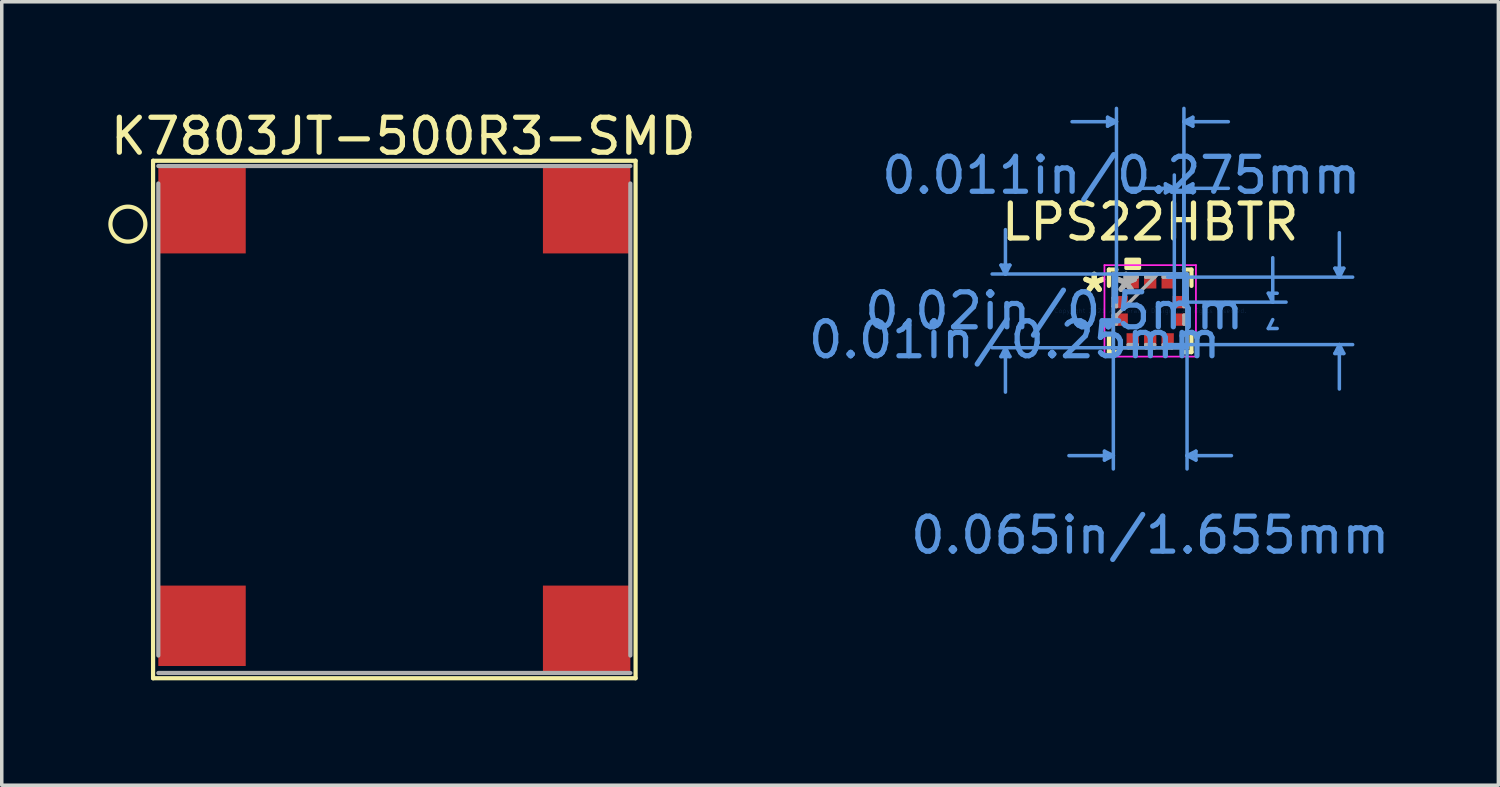
<source format=kicad_pcb>
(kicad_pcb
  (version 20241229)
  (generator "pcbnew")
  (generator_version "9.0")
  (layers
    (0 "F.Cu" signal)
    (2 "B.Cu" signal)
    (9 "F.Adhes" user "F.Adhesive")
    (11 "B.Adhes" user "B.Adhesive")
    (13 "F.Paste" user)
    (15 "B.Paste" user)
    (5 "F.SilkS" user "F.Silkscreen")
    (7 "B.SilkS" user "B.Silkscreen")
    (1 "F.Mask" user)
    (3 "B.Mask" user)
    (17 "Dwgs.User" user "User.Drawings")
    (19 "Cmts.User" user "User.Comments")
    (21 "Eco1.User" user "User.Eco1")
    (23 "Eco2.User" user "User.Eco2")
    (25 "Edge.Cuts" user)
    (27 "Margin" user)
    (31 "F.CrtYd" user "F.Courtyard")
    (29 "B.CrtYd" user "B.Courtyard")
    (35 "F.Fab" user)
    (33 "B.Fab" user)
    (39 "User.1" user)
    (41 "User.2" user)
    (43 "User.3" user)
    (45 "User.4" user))
  (footprint "LPS22HBTR"
    (layer "F.Cu")
    (at 29.846 5.841)
    (property "Reference" "LPS22HBTR" (at 0 -2.54 0) (layer "F.SilkS") (effects (font (size 1 1) (thickness 0.15))))
    (attr through_hole)
    (fp_line (start -1.181 -1.181) (end -1.181 -0.715) (stroke (width 0.12) (type solid)) (layer "F.SilkS"))
    (fp_line (start -1.181 0.715) (end -1.181 1.181) (stroke (width 0.12) (type solid)) (layer "F.SilkS"))
    (fp_line (start -1.181 1.181) (end -0.965 1.181) (stroke (width 0.12) (type solid)) (layer "F.SilkS"))
    (fp_line (start -0.965 -1.181) (end -1.181 -1.181) (stroke (width 0.12) (type solid)) (layer "F.SilkS"))
    (fp_line (start 0.965 1.181) (end 1.181 1.181) (stroke (width 0.12) (type solid)) (layer "F.SilkS"))
    (fp_line (start 1.181 -1.181) (end 0.965 -1.181) (stroke (width 0.12) (type solid)) (layer "F.SilkS"))
    (fp_line (start 1.181 -0.715) (end 1.181 -1.181) (stroke (width 0.12) (type solid)) (layer "F.SilkS"))
    (fp_line (start 1.181 1.181) (end 1.181 0.715) (stroke (width 0.12) (type solid)) (layer "F.SilkS"))
    (fp_poly (pts (xy -0.69 -1.219) (xy -0.69 -1.473) (xy -0.309 -1.473) (xy -0.309 -1.219)) (stroke (width 0.1) (type solid)) (fill yes) (layer "F.SilkS"))
    (fp_line (start -4.267 -1.308) (end -4.013 -1.308) (stroke (width 0.1) (type solid)) (layer "Cmts.User"))
    (fp_line (start -4.267 1.308) (end -4.013 1.308) (stroke (width 0.1) (type solid)) (layer "Cmts.User"))
    (fp_line (start -4.14 -1.054) (end -4.267 -1.308) (stroke (width 0.1) (type solid)) (layer "Cmts.User"))
    (fp_line (start -4.14 -1.054) (end -4.14 -2.324) (stroke (width 0.1) (type solid)) (layer "Cmts.User"))
    (fp_line (start -4.14 -1.054) (end -4.013 -1.308) (stroke (width 0.1) (type solid)) (layer "Cmts.User"))
    (fp_line (start -4.14 1.054) (end -4.267 1.308) (stroke (width 0.1) (type solid)) (layer "Cmts.User"))
    (fp_line (start -4.14 1.054) (end -4.14 2.324) (stroke (width 0.1) (type solid)) (layer "Cmts.User"))
    (fp_line (start -4.14 1.054) (end -4.013 1.308) (stroke (width 0.1) (type solid)) (layer "Cmts.User"))
    (fp_line (start -1.308 4.013) (end -1.308 4.267) (stroke (width 0.1) (type solid)) (layer "Cmts.User"))
    (fp_line (start -1.219 -5.537) (end -1.219 -5.283) (stroke (width 0.1) (type solid)) (layer "Cmts.User"))
    (fp_line (start -1.054 -1.054) (end -1.054 4.521) (stroke (width 0.1) (type solid)) (layer "Cmts.User"))
    (fp_line (start -1.054 4.14) (end -2.324 4.14) (stroke (width 0.1) (type solid)) (layer "Cmts.User"))
    (fp_line (start -1.054 4.14) (end -1.308 4.013) (stroke (width 0.1) (type solid)) (layer "Cmts.User"))
    (fp_line (start -1.054 4.14) (end -1.308 4.267) (stroke (width 0.1) (type solid)) (layer "Cmts.User"))
    (fp_line (start -0.965 -5.41) (end -2.235 -5.41) (stroke (width 0.1) (type solid)) (layer "Cmts.User"))
    (fp_line (start -0.965 -5.41) (end -1.219 -5.537) (stroke (width 0.1) (type solid)) (layer "Cmts.User"))
    (fp_line (start -0.965 -5.41) (end -1.219 -5.283) (stroke (width 0.1) (type solid)) (layer "Cmts.User"))
    (fp_line (start -0.965 -0.25) (end -0.965 -5.791) (stroke (width 0.1) (type solid)) (layer "Cmts.User"))
    (fp_line (start 0.436 -3.632) (end 0.436 -3.378) (stroke (width 0.1) (type solid)) (layer "Cmts.User"))
    (fp_line (start 0.5 -0.965) (end 5.791 -0.965) (stroke (width 0.1) (type solid)) (layer "Cmts.User"))
    (fp_line (start 0.5 0.965) (end 5.791 0.965) (stroke (width 0.1) (type solid)) (layer "Cmts.User"))
    (fp_line (start 0.69 -3.505) (end -0.58 -3.505) (stroke (width 0.1) (type solid)) (layer "Cmts.User"))
    (fp_line (start 0.69 -3.505) (end 0.436 -3.632) (stroke (width 0.1) (type solid)) (layer "Cmts.User"))
    (fp_line (start 0.69 -3.505) (end 0.436 -3.378) (stroke (width 0.1) (type solid)) (layer "Cmts.User"))
    (fp_line (start 0.69 -0.25) (end 0.69 -3.886) (stroke (width 0.1) (type solid)) (layer "Cmts.User"))
    (fp_line (start 0.828 -0.25) (end 3.886 -0.25) (stroke (width 0.1) (type solid)) (layer "Cmts.User"))
    (fp_line (start 0.965 -5.41) (end 1.219 -5.537) (stroke (width 0.1) (type solid)) (layer "Cmts.User"))
    (fp_line (start 0.965 -5.41) (end 1.219 -5.283) (stroke (width 0.1) (type solid)) (layer "Cmts.User"))
    (fp_line (start 0.965 -5.41) (end 2.235 -5.41) (stroke (width 0.1) (type solid)) (layer "Cmts.User"))
    (fp_line (start 0.965 -3.505) (end 1.219 -3.632) (stroke (width 0.1) (type solid)) (layer "Cmts.User"))
    (fp_line (start 0.965 -3.505) (end 1.219 -3.378) (stroke (width 0.1) (type solid)) (layer "Cmts.User"))
    (fp_line (start 0.965 -3.505) (end 2.235 -3.505) (stroke (width 0.1) (type solid)) (layer "Cmts.User"))
    (fp_line (start 0.965 -0.25) (end 0.965 -5.791) (stroke (width 0.1) (type solid)) (layer "Cmts.User"))
    (fp_line (start 0.965 -0.25) (end 0.965 -3.886) (stroke (width 0.1) (type solid)) (layer "Cmts.User"))
    (fp_line (start 1.054 -1.054) (end -4.521 -1.054) (stroke (width 0.1) (type solid)) (layer "Cmts.User"))
    (fp_line (start 1.054 -1.054) (end 1.054 4.521) (stroke (width 0.1) (type solid)) (layer "Cmts.User"))
    (fp_line (start 1.054 1.054) (end -4.521 1.054) (stroke (width 0.1) (type solid)) (layer "Cmts.User"))
    (fp_line (start 1.054 4.14) (end 1.308 4.013) (stroke (width 0.1) (type solid)) (layer "Cmts.User"))
    (fp_line (start 1.054 4.14) (end 1.308 4.267) (stroke (width 0.1) (type solid)) (layer "Cmts.User"))
    (fp_line (start 1.054 4.14) (end 2.324 4.14) (stroke (width 0.1) (type solid)) (layer "Cmts.User"))
    (fp_line (start 1.219 -5.537) (end 1.219 -5.283) (stroke (width 0.1) (type solid)) (layer "Cmts.User"))
    (fp_line (start 1.219 -3.632) (end 1.219 -3.378) (stroke (width 0.1) (type solid)) (layer "Cmts.User"))
    (fp_line (start 1.308 4.013) (end 1.308 4.267) (stroke (width 0.1) (type solid)) (layer "Cmts.User"))
    (fp_line (start 3.378 -0.504) (end 3.632 -0.504) (stroke (width 0.1) (type solid)) (layer "Cmts.User"))
    (fp_line (start 3.378 0.504) (end 3.632 0.504) (stroke (width 0.1) (type solid)) (layer "Cmts.User"))
    (fp_line (start 3.505 -0.25) (end 3.378 -0.504) (stroke (width 0.1) (type solid)) (layer "Cmts.User"))
    (fp_line (start 3.505 -0.25) (end 3.505 -1.52) (stroke (width 0.1) (type solid)) (layer "Cmts.User"))
    (fp_line (start 3.505 0.25) (end 3.378 0.504) (stroke (width 0.1) (type solid)) (layer "Cmts.User"))
    (fp_line (start 5.283 -1.219) (end 5.537 -1.219) (stroke (width 0.1) (type solid)) (layer "Cmts.User"))
    (fp_line (start 5.283 1.219) (end 5.537 1.219) (stroke (width 0.1) (type solid)) (layer "Cmts.User"))
    (fp_line (start 5.41 -0.965) (end 5.283 -1.219) (stroke (width 0.1) (type solid)) (layer "Cmts.User"))
    (fp_line (start 5.41 -0.965) (end 5.41 -2.235) (stroke (width 0.1) (type solid)) (layer "Cmts.User"))
    (fp_line (start 5.41 -0.965) (end 5.537 -1.219) (stroke (width 0.1) (type solid)) (layer "Cmts.User"))
    (fp_line (start 5.41 0.965) (end 5.283 1.219) (stroke (width 0.1) (type solid)) (layer "Cmts.User"))
    (fp_line (start 5.41 0.965) (end 5.41 2.235) (stroke (width 0.1) (type solid)) (layer "Cmts.User"))
    (fp_line (start 5.41 0.965) (end 5.537 1.219) (stroke (width 0.1) (type solid)) (layer "Cmts.User"))
    (fp_line (start -1.308 -1.308) (end -1.308 1.308) (stroke (width 0.05) (type solid)) (layer "F.CrtYd"))
    (fp_line (start 1.308 -1.308) (end -1.308 -1.308) (stroke (width 0.05) (type solid)) (layer "F.CrtYd"))
    (fp_line (start 1.308 -1.308) (end 1.308 1.308) (stroke (width 0.05) (type solid)) (layer "F.CrtYd"))
    (fp_line (start 1.308 1.308) (end -1.308 1.308) (stroke (width 0.05) (type solid)) (layer "F.CrtYd"))
    (fp_line (start -1.054 -1.054) (end -1.054 -1.054) (stroke (width 0.1) (type solid)) (layer "F.Fab"))
    (fp_line (start -1.054 -1.054) (end -1.054 1.054) (stroke (width 0.1) (type solid)) (layer "F.Fab"))
    (fp_line (start -1.054 -0.375) (end -0.965 -0.375) (stroke (width 0.1) (type solid)) (layer "F.Fab"))
    (fp_line (start -1.054 -0.125) (end -1.054 -0.375) (stroke (width 0.1) (type solid)) (layer "F.Fab"))
    (fp_line (start -1.054 0.125) (end -0.965 0.125) (stroke (width 0.1) (type solid)) (layer "F.Fab"))
    (fp_line (start -1.054 0.216) (end 0.216 -1.054) (stroke (width 0.1) (type solid)) (layer "F.Fab"))
    (fp_line (start -1.054 0.375) (end -1.054 0.125) (stroke (width 0.1) (type solid)) (layer "F.Fab"))
    (fp_line (start -1.054 1.054) (end -1.054 1.054) (stroke (width 0.1) (type solid)) (layer "F.Fab"))
    (fp_line (start -1.054 1.054) (end 1.054 1.054) (stroke (width 0.1) (type solid)) (layer "F.Fab"))
    (fp_line (start -0.965 -0.375) (end -0.965 -0.125) (stroke (width 0.1) (type solid)) (layer "F.Fab"))
    (fp_line (start -0.965 -0.125) (end -1.054 -0.125) (stroke (width 0.1) (type solid)) (layer "F.Fab"))
    (fp_line (start -0.965 0.125) (end -0.965 0.375) (stroke (width 0.1) (type solid)) (layer "F.Fab"))
    (fp_line (start -0.965 0.375) (end -1.054 0.375) (stroke (width 0.1) (type solid)) (layer "F.Fab"))
    (fp_line (start -0.625 -1.054) (end -0.375 -1.054) (stroke (width 0.1) (type solid)) (layer "F.Fab"))
    (fp_line (start -0.625 -0.965) (end -0.625 -1.054) (stroke (width 0.1) (type solid)) (layer "F.Fab"))
    (fp_line (start -0.625 0.965) (end -0.375 0.965) (stroke (width 0.1) (type solid)) (layer "F.Fab"))
    (fp_line (start -0.625 1.054) (end -0.625 0.965) (stroke (width 0.1) (type solid)) (layer "F.Fab"))
    (fp_line (start -0.375 -1.054) (end -0.375 -0.965) (stroke (width 0.1) (type solid)) (layer "F.Fab"))
    (fp_line (start -0.375 -0.965) (end -0.625 -0.965) (stroke (width 0.1) (type solid)) (layer "F.Fab"))
    (fp_line (start -0.375 0.965) (end -0.375 1.054) (stroke (width 0.1) (type solid)) (layer "F.Fab"))
    (fp_line (start -0.375 1.054) (end -0.625 1.054) (stroke (width 0.1) (type solid)) (layer "F.Fab"))
    (fp_line (start -0.125 -1.054) (end 0.125 -1.054) (stroke (width 0.1) (type solid)) (layer "F.Fab"))
    (fp_line (start -0.125 -0.965) (end -0.125 -1.054) (stroke (width 0.1) (type solid)) (layer "F.Fab"))
    (fp_line (start -0.125 0.965) (end 0.125 0.965) (stroke (width 0.1) (type solid)) (layer "F.Fab"))
    (fp_line (start -0.125 1.054) (end -0.125 0.965) (stroke (width 0.1) (type solid)) (layer "F.Fab"))
    (fp_line (start 0.125 -1.054) (end 0.125 -0.965) (stroke (width 0.1) (type solid)) (layer "F.Fab"))
    (fp_line (start 0.125 -0.965) (end -0.125 -0.965) (stroke (width 0.1) (type solid)) (layer "F.Fab"))
    (fp_line (start 0.125 0.965) (end 0.125 1.054) (stroke (width 0.1) (type solid)) (layer "F.Fab"))
    (fp_line (start 0.125 1.054) (end -0.125 1.054) (stroke (width 0.1) (type solid)) (layer "F.Fab"))
    (fp_line (start 0.375 -1.054) (end 0.625 -1.054) (stroke (width 0.1) (type solid)) (layer "F.Fab"))
    (fp_line (start 0.375 -0.965) (end 0.375 -1.054) (stroke (width 0.1) (type solid)) (layer "F.Fab"))
    (fp_line (start 0.375 0.965) (end 0.625 0.965) (stroke (width 0.1) (type solid)) (layer "F.Fab"))
    (fp_line (start 0.375 1.054) (end 0.375 0.965) (stroke (width 0.1) (type solid)) (layer "F.Fab"))
    (fp_line (start 0.625 -1.054) (end 0.625 -0.965) (stroke (width 0.1) (type solid)) (layer "F.Fab"))
    (fp_line (start 0.625 -0.965) (end 0.375 -0.965) (stroke (width 0.1) (type solid)) (layer "F.Fab"))
    (fp_line (start 0.625 0.965) (end 0.625 1.054) (stroke (width 0.1) (type solid)) (layer "F.Fab"))
    (fp_line (start 0.625 1.054) (end 0.375 1.054) (stroke (width 0.1) (type solid)) (layer "F.Fab"))
    (fp_line (start 0.965 -0.375) (end 1.054 -0.375) (stroke (width 0.1) (type solid)) (layer "F.Fab"))
    (fp_line (start 0.965 -0.125) (end 0.965 -0.375) (stroke (width 0.1) (type solid)) (layer "F.Fab"))
    (fp_line (start 0.965 0.125) (end 1.054 0.125) (stroke (width 0.1) (type solid)) (layer "F.Fab"))
    (fp_line (start 0.965 0.375) (end 0.965 0.125) (stroke (width 0.1) (type solid)) (layer "F.Fab"))
    (fp_line (start 1.054 -1.054) (end -1.054 -1.054) (stroke (width 0.1) (type solid)) (layer "F.Fab"))
    (fp_line (start 1.054 -1.054) (end 1.054 -1.054) (stroke (width 0.1) (type solid)) (layer "F.Fab"))
    (fp_line (start 1.054 -0.375) (end 1.054 -0.125) (stroke (width 0.1) (type solid)) (layer "F.Fab"))
    (fp_line (start 1.054 -0.125) (end 0.965 -0.125) (stroke (width 0.1) (type solid)) (layer "F.Fab"))
    (fp_line (start 1.054 0.125) (end 1.054 0.375) (stroke (width 0.1) (type solid)) (layer "F.Fab"))
    (fp_line (start 1.054 0.375) (end 0.965 0.375) (stroke (width 0.1) (type solid)) (layer "F.Fab"))
    (fp_line (start 1.054 1.054) (end 1.054 -1.054) (stroke (width 0.1) (type solid)) (layer "F.Fab"))
    (fp_line (start 1.054 1.054) (end 1.054 1.054) (stroke (width 0.1) (type solid)) (layer "F.Fab"))
    (fp_text user "*" (at -1.6 -0.5 0) (layer "F.SilkS") (effects (font (size 1 1) (thickness 0.15))))
    (fp_text user "*" (at -1.6 -0.5 0) (layer "F.SilkS") (effects (font (size 1 1) (thickness 0.15))))
    (fp_text user "0.011in/0.275mm" (at -0.828 -3.876 0) (layer "Cmts.User") (effects (font (size 1 1) (thickness 0.15))))
    (fp_text user "0.02in/0.5mm" (at -2.743 0 0) (layer "Cmts.User") (effects (font (size 1 1) (thickness 0.15))))
    (fp_text user "0.01in/0.25mm" (at -3.876 0.828 0) (layer "Cmts.User") (effects (font (size 1 1) (thickness 0.15))))
    (fp_text user "Copyright 2021 Accelerated Designs. All rights reserved." (at 0 0 0) (layer "Cmts.User") (effects (font (size 0.127 0.127) (thickness 0.002))))
    (fp_text user "0.065in/1.655mm" (at 0 6.416 0) (layer "Cmts.User") (effects (font (size 1 1) (thickness 0.15))))
    (fp_text user "*" (at -0.69 -0.5 0) (layer "F.Fab") (effects (font (size 1 1) (thickness 0.15))))
    (fp_text user "*" (at -0.69 -0.5 0) (layer "F.Fab") (effects (font (size 1 1) (thickness 0.15))))
    (pad "1" smd rect (at -0.828 -0.25 90) (size 0.352 0.377) (layers "F.Cu" "F.Mask" "F.Paste"))
    (pad "2" smd rect (at -0.828 0.25 90) (size 0.352 0.377) (layers "F.Cu" "F.Mask" "F.Paste"))
    (pad "3" smd rect (at -0.5 0.828) (size 0.352 0.377) (layers "F.Cu" "F.Mask" "F.Paste"))
    (pad "4" smd rect (at 0 0.828) (size 0.352 0.377) (layers "F.Cu" "F.Mask" "F.Paste"))
    (pad "5" smd rect (at 0.5 0.828) (size 0.352 0.377) (layers "F.Cu" "F.Mask" "F.Paste"))
    (pad "6" smd rect (at 0.828 0.25 90) (size 0.352 0.377) (layers "F.Cu" "F.Mask" "F.Paste"))
    (pad "7" smd rect (at 0.828 -0.25 90) (size 0.352 0.377) (layers "F.Cu" "F.Mask" "F.Paste"))
    (pad "8" smd rect (at 0.5 -0.828) (size 0.352 0.377) (layers "F.Cu" "F.Mask" "F.Paste"))
    (pad "9" smd rect (at 0 -0.828) (size 0.352 0.377) (layers "F.Cu" "F.Mask" "F.Paste"))
    (pad "10" smd rect (at -0.5 -0.828) (size 0.352 0.377) (layers "F.Cu" "F.Mask" "F.Paste")))
  (footprint "K7803JT-500R3-SMD"
    (layer "F.Cu")
    (at 8.228 8.948)
    (property "Reference" "K7803JT-500R3-SMD" (at 0.254 -8.1 0) (layer "F.SilkS") (effects (font (size 1 1) (thickness 0.15))))
    (attr through_hole)
    (fp_line (start -6.9 -7.4) (end -6.9 7.4) (stroke (width 0.12) (type solid)) (layer "F.SilkS"))
    (fp_line (start -6.9 7.4) (end 6.9 7.4) (stroke (width 0.12) (type solid)) (layer "F.SilkS"))
    (fp_line (start 6.9 -7.4) (end -6.9 -7.4) (stroke (width 0.12) (type solid)) (layer "F.SilkS"))
    (fp_line (start 6.9 -7.4) (end 6.9 7.4) (stroke (width 0.12) (type solid)) (layer "F.SilkS"))
    (fp_circle (center -7.62 -5.588) (end -7.12 -5.588) (stroke (width 0.12) (type solid)) (fill no) (layer "F.SilkS"))
    (fp_line (start -6.75 -7.25) (end 6.75 -7.25) (stroke (width 0.12) (type solid)) (layer "F.Fab"))
    (fp_line (start -6.75 -6.75) (end -6.75 6.75) (stroke (width 0.12) (type solid)) (layer "F.Fab"))
    (fp_line (start 6.75 6.75) (end 6.75 -6.75) (stroke (width 0.12) (type solid)) (layer "F.Fab"))
    (fp_line (start 6.75 7.25) (end -6.75 7.25) (stroke (width 0.12) (type solid)) (layer "F.Fab"))
    (pad "1" smd rect (at -5.5 -6) (size 2.5 2.5) (layers "F.Cu" "F.Mask" "F.Paste"))
    (pad "2" smd rect (at 5.5 -6) (size 2.5 2.5) (layers "F.Cu" "F.Mask" "F.Paste"))
    (pad "3" smd rect (at 5.5 6) (size 2.5 2.5) (layers "F.Cu" "F.Mask" "F.Paste"))
    (pad "4" smd rect (at -5.5 5.9) (size 2.5 2.3) (layers "F.Cu" "F.Mask" "F.Paste")))
  (gr_rect
    (start -3 -3)
    (end 39.804 19.408)
    (stroke (width 0.1) (type default))
    (fill no)
    (layer "Edge.Cuts")))
</source>
